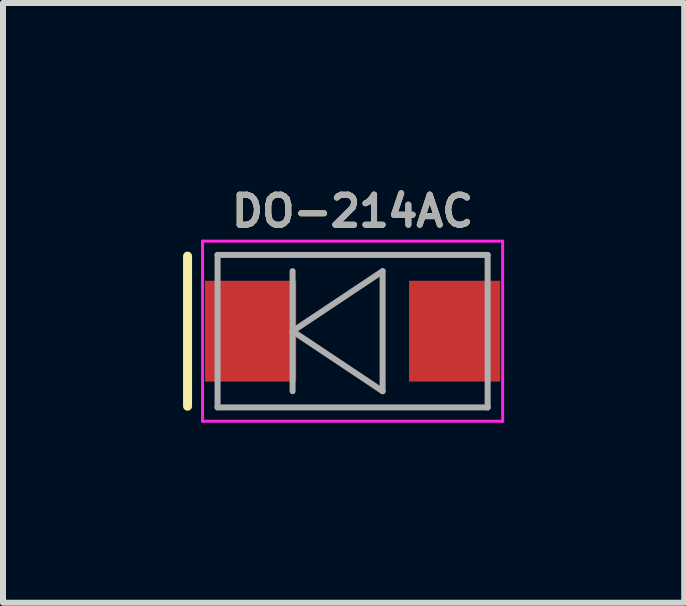
<source format=kicad_pcb>
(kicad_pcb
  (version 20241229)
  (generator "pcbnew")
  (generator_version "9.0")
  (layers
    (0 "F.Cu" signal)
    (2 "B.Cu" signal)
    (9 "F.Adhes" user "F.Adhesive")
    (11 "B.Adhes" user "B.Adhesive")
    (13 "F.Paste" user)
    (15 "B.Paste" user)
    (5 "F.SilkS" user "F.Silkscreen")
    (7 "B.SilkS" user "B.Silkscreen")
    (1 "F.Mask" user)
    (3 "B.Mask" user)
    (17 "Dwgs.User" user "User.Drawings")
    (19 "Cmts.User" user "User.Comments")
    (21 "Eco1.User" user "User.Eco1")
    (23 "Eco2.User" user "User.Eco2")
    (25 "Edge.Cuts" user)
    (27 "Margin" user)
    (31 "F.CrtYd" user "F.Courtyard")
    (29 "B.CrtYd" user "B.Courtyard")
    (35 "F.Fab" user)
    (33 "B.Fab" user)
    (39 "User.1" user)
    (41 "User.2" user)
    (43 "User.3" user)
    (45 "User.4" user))
  (footprint "DO-214AC"
    (layer "F.Cu")
    (at 2.825 2.468)
    (property "Reference" "DO-214AC" (at 0 -2 0) (layer "F.SilkS") (effects (font (size 0.5 0.5) (thickness 0.1))))
    (attr smd)
    (fp_line (start -2.75 -1.25) (end -2.75 1.25) (stroke (width 0.15) (type solid)) (layer "F.SilkS"))
    (fp_line (start -2.5 -1.5) (end 2.5 -1.5) (stroke (width 0.05) (type solid)) (layer "F.CrtYd"))
    (fp_line (start -2.5 1.5) (end -2.5 -1.5) (stroke (width 0.05) (type solid)) (layer "F.CrtYd"))
    (fp_line (start 2.5 -1.5) (end 2.5 1.5) (stroke (width 0.05) (type solid)) (layer "F.CrtYd"))
    (fp_line (start 2.5 1.5) (end -2.5 1.5) (stroke (width 0.05) (type solid)) (layer "F.CrtYd"))
    (fp_line (start -2.25 -1.27) (end 2.25 -1.27) (stroke (width 0.1) (type solid)) (layer "F.Fab"))
    (fp_line (start -2.25 1.27) (end -2.25 -1.27) (stroke (width 0.1) (type solid)) (layer "F.Fab"))
    (fp_line (start -1 -1) (end -1 1) (stroke (width 0.1) (type solid)) (layer "F.Fab"))
    (fp_line (start 0.5 -1) (end -1 0) (stroke (width 0.1) (type solid)) (layer "F.Fab"))
    (fp_line (start 0.5 -1) (end 0.5 1) (stroke (width 0.1) (type solid)) (layer "F.Fab"))
    (fp_line (start 0.5 1) (end -1 0) (stroke (width 0.1) (type solid)) (layer "F.Fab"))
    (fp_line (start 2.25 -1.27) (end 2.25 1.27) (stroke (width 0.1) (type solid)) (layer "F.Fab"))
    (fp_line (start 2.25 1.27) (end -2.25 1.27) (stroke (width 0.1) (type solid)) (layer "F.Fab"))
    (fp_text user "${REFERENCE}" (at 0 -2 0) (layer "F.Fab") (effects (font (size 0.5 0.5) (thickness 0.1))))
    (pad "1" smd rect (at -1.7 0) (size 1.52 1.68) (layers "F.Cu" "F.Mask" "F.Paste"))
    (pad "2" smd rect (at 1.7 0) (size 1.52 1.68) (layers "F.Cu" "F.Mask" "F.Paste")))
  (gr_rect
    (start -3 -3)
    (end 8.35 6.993)
    (stroke (width 0.1) (type default))
    (fill no)
    (layer "Edge.Cuts")))
</source>
